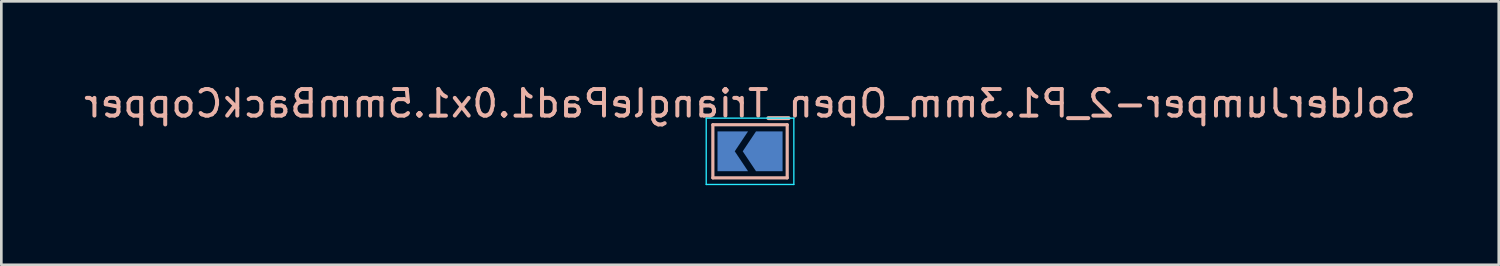
<source format=kicad_pcb>
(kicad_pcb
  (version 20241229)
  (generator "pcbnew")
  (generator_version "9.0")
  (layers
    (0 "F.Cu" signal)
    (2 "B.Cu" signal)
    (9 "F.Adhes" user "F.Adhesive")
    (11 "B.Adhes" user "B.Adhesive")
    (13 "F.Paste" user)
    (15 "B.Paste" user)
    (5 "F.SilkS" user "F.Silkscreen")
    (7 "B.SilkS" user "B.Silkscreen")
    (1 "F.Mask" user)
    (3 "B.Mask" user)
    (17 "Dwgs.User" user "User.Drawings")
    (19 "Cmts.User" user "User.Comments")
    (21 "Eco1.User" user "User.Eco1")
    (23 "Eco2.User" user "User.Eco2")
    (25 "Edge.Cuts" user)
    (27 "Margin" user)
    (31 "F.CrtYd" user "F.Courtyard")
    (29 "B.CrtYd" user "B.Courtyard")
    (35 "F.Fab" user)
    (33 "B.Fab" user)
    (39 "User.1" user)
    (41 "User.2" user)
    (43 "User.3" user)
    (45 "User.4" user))
  (footprint "SolderJumper-2_P1.3mm_Open_TrianglePad1.0x1.5mmBackCopper"
    (layer "F.Cu")
    (at 25.196 2.648)
    (property "Reference" "SolderJumper-2_P1.3mm_Open_TrianglePad1.0x1.5mmBackCopper" (at 0 -1.8 180) (layer "B.SilkS") (effects (font (size 1 1) (thickness 0.15)) (justify mirror)))
    (attr exclude_from_pos_files exclude_from_bom)
    (fp_line (start -1.4 -1) (end -1.4 1) (stroke (width 0.12) (type solid)) (layer "B.SilkS"))
    (fp_line (start -1.4 1) (end 1.4 1) (stroke (width 0.12) (type solid)) (layer "B.SilkS"))
    (fp_line (start 1.4 -1) (end -1.4 -1) (stroke (width 0.12) (type solid)) (layer "B.SilkS"))
    (fp_line (start 1.4 1) (end 1.4 -1) (stroke (width 0.12) (type solid)) (layer "B.SilkS"))
    (fp_line (start -1.65 1.25) (end -1.65 -1.25) (stroke (width 0.05) (type solid)) (layer "B.CrtYd"))
    (fp_line (start -1.65 1.25) (end 1.65 1.25) (stroke (width 0.05) (type solid)) (layer "B.CrtYd"))
    (fp_line (start 1.65 -1.25) (end -1.65 -1.25) (stroke (width 0.05) (type solid)) (layer "B.CrtYd"))
    (fp_line (start 1.65 -1.25) (end 1.65 1.25) (stroke (width 0.05) (type solid)) (layer "B.CrtYd"))
    (pad "1" smd custom (at 0.725 0 180) (size 0.3 0.3) (layers "B.Cu" "B.Mask") (options (anchor rect)) (primitives (gr_poly (pts (xy -0.5 0.75) (xy 0.5 0.75) (xy 1 0) (xy 0.5 -0.75) (xy -0.5 -0.75)) (width 0) (fill yes))))
    (pad "2" smd custom (at -0.725 0 180) (size 0.3 0.3) (layers "B.Cu" "B.Mask") (options (anchor rect)) (primitives (gr_poly (pts (xy -0.65 0.75) (xy 0.5 0.75) (xy 0.5 -0.75) (xy -0.65 -0.75) (xy -0.15 0)) (width 0) (fill yes)))))
  (gr_rect
    (start -3 -3)
    (end 53.393 6.923)
    (stroke (width 0.1) (type default))
    (fill no)
    (layer "Edge.Cuts")))
</source>
